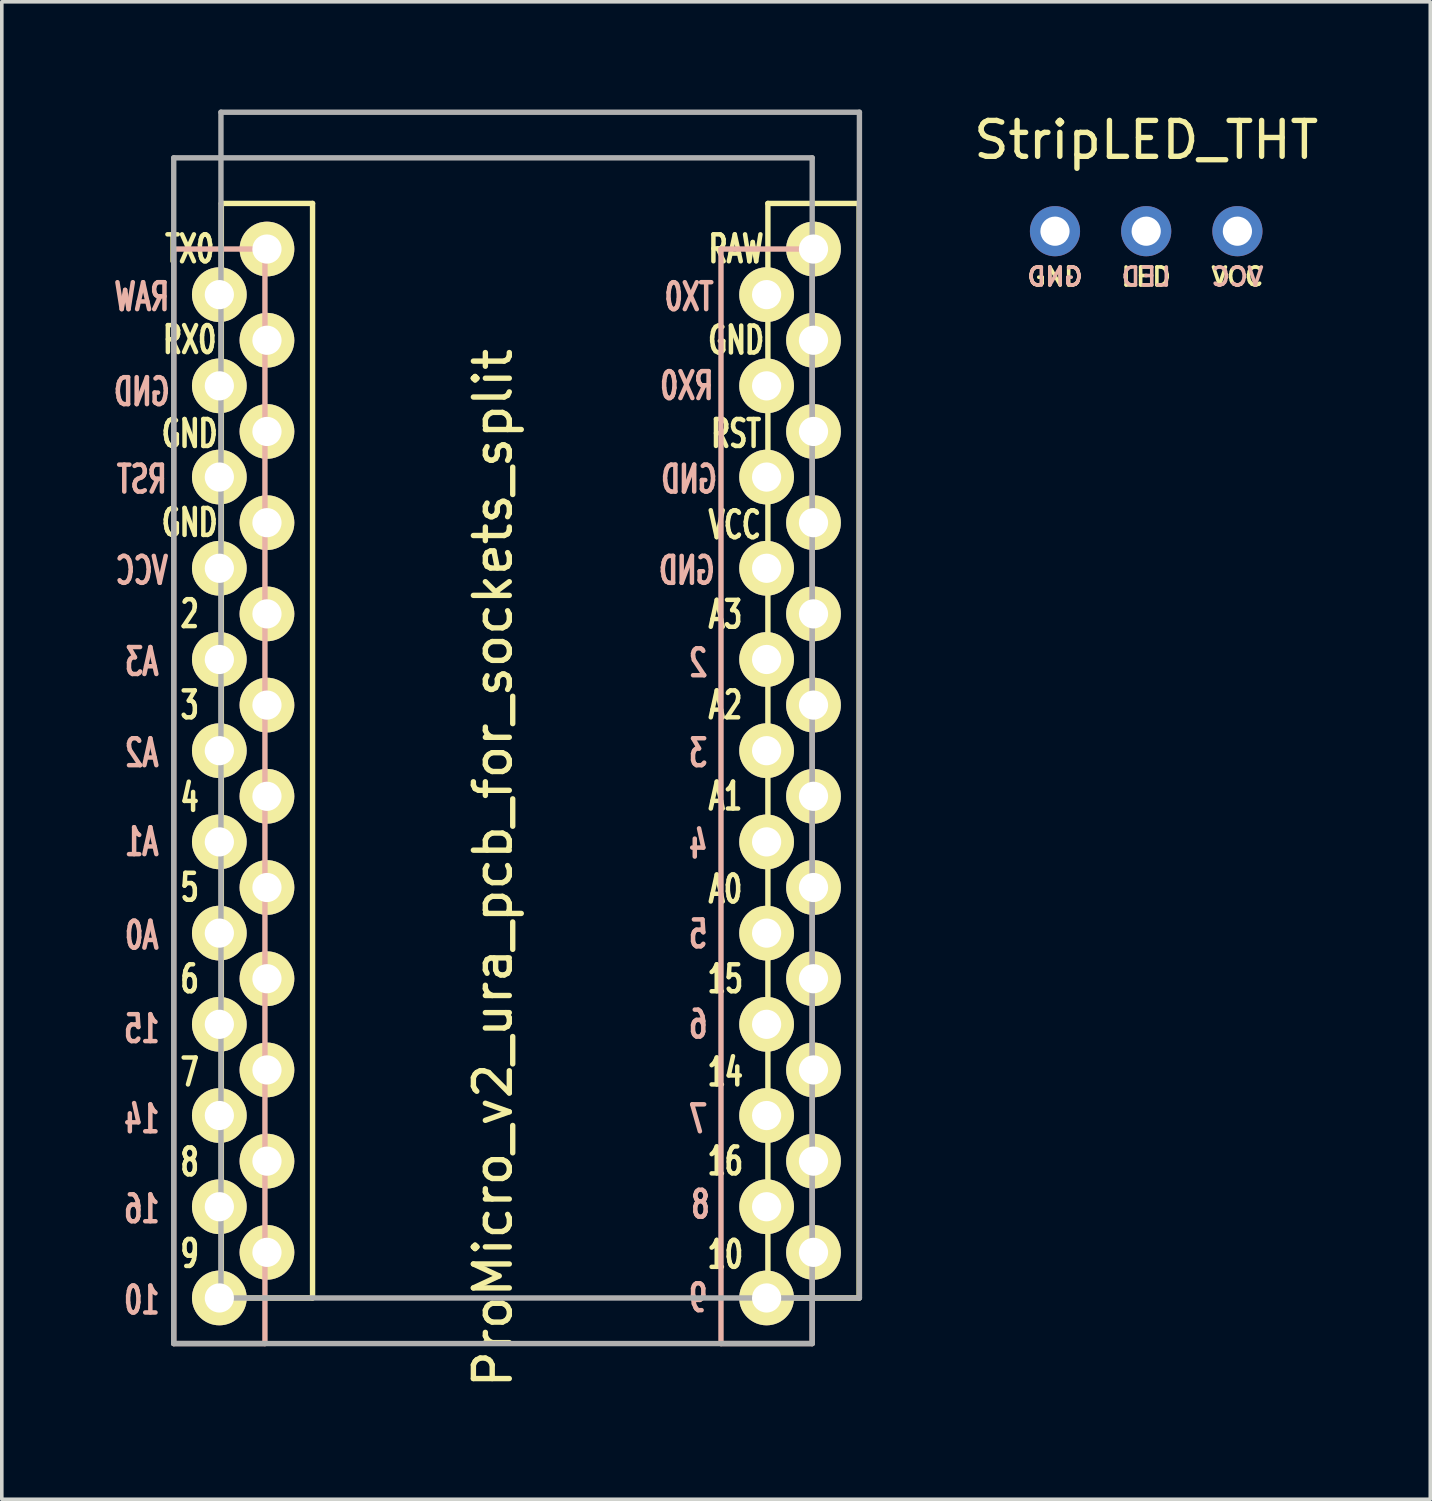
<source format=kicad_pcb>
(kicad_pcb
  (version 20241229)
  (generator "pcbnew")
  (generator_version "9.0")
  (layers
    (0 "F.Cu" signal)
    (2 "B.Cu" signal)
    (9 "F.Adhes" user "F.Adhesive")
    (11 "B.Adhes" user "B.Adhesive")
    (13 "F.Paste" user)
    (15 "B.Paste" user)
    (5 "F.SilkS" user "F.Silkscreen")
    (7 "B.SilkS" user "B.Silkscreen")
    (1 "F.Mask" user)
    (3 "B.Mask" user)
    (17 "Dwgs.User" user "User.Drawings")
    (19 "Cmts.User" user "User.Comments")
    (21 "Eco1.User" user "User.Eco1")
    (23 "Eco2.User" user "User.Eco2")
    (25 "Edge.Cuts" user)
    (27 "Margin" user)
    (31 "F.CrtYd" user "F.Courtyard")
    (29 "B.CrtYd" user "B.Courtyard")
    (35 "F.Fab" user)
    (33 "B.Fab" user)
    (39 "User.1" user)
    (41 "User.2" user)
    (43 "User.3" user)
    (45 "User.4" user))
  (footprint "StripLED_THT"
    (layer "F.Cu")
    (at 28.869 3.388)
    (property "Reference" "StripLED_THT" (at 0 -2.54 0) (layer "F.SilkS") (effects (font (size 1 1) (thickness 0.15))))
    (attr through_hole)
    (fp_text user "LED" (at 0 1.27 0) (layer "F.SilkS") (effects (font (size 0.5 0.5) (thickness 0.1))))
    (fp_text user "VCC" (at 2.54 1.27 0) (layer "F.SilkS") (effects (font (size 0.5 0.5) (thickness 0.1))))
    (fp_text user "GND" (at -2.54 1.27 0) (layer "F.SilkS") (effects (font (size 0.5 0.5) (thickness 0.1))))
    (fp_text user "LED" (at 0 1.27 0) (layer "B.SilkS") (effects (font (size 0.5 0.5) (thickness 0.1)) (justify mirror)))
    (fp_text user "GND" (at -2.54 1.27 0) (layer "B.SilkS") (effects (font (size 0.5 0.5) (thickness 0.1)) (justify mirror)))
    (fp_text user "VCC" (at 2.54 1.27 0) (layer "B.SilkS") (effects (font (size 0.5 0.5) (thickness 0.1)) (justify mirror)))
    (pad "1" thru_hole circle (at -2.54 0 180) (size 1.397 1.397) (drill 0.813) (layers "*.Cu" "*.Mask"))
    (pad "2" thru_hole circle (at 0 0 90) (size 1.397 1.397) (drill 0.813) (layers "*.Cu" "*.Mask"))
    (pad "3" thru_hole circle (at 2.54 0 90) (size 1.397 1.397) (drill 0.813) (layers "*.Cu" "*.Mask")))
  (footprint "ProMicro_v2_ura_pcb_for_sockets_split"
    (layer "F.Cu")
    (at 11.948 18.363)
    (property "Reference" "ProMicro_v2_ura_pcb_for_sockets_split" (at -1.27 2.762 270) (layer "F.SilkS") (effects (font (size 1 1) (thickness 0.15))))
    (attr through_hole)
    (fp_line (start -8.834 -15.748) (end -6.294 -15.748) (stroke (width 0.15) (type solid)) (layer "F.SilkS"))
    (fp_line (start -8.834 14.732) (end -8.834 -15.748) (stroke (width 0.15) (type solid)) (layer "F.SilkS"))
    (fp_line (start -6.294 -15.748) (end -6.294 14.732) (stroke (width 0.15) (type solid)) (layer "F.SilkS"))
    (fp_line (start -6.294 14.732) (end -8.834 14.732) (stroke (width 0.15) (type solid)) (layer "F.SilkS"))
    (fp_line (start 6.386 -15.748) (end 8.926 -15.748) (stroke (width 0.15) (type solid)) (layer "F.SilkS"))
    (fp_line (start 6.386 14.732) (end 6.386 -15.748) (stroke (width 0.15) (type solid)) (layer "F.SilkS"))
    (fp_line (start 8.926 -15.748) (end 8.926 14.732) (stroke (width 0.15) (type solid)) (layer "F.SilkS"))
    (fp_line (start 8.926 14.732) (end 6.386 14.732) (stroke (width 0.15) (type solid)) (layer "F.SilkS"))
    (fp_line (start -10.16 -14.478) (end -7.62 -14.478) (stroke (width 0.15) (type solid)) (layer "B.SilkS"))
    (fp_line (start -10.16 16.002) (end -10.16 -14.478) (stroke (width 0.15) (type solid)) (layer "B.SilkS"))
    (fp_line (start -7.62 -14.478) (end -7.62 16.002) (stroke (width 0.15) (type solid)) (layer "B.SilkS"))
    (fp_line (start -7.62 16.002) (end -10.16 16.002) (stroke (width 0.15) (type solid)) (layer "B.SilkS"))
    (fp_line (start 5.08 -14.478) (end 7.62 -14.478) (stroke (width 0.15) (type solid)) (layer "B.SilkS"))
    (fp_line (start 5.08 16.002) (end 5.08 -14.478) (stroke (width 0.15) (type solid)) (layer "B.SilkS"))
    (fp_line (start 7.62 -14.478) (end 7.62 16.002) (stroke (width 0.15) (type solid)) (layer "B.SilkS"))
    (fp_line (start 7.62 16.002) (end 5.08 16.002) (stroke (width 0.15) (type solid)) (layer "B.SilkS"))
    (fp_line (start -10.16 -17.018) (end 7.62 -17.018) (stroke (width 0.15) (type solid)) (layer "F.Fab"))
    (fp_line (start -10.16 16.002) (end -10.16 -17.018) (stroke (width 0.15) (type solid)) (layer "F.Fab"))
    (fp_line (start -8.845 -18.288) (end 8.935 -18.288) (stroke (width 0.15) (type solid)) (layer "F.Fab"))
    (fp_line (start -8.845 14.732) (end -8.845 -18.288) (stroke (width 0.15) (type solid)) (layer "F.Fab"))
    (fp_line (start 7.62 -17.018) (end 7.62 16.002) (stroke (width 0.15) (type solid)) (layer "F.Fab"))
    (fp_line (start 7.62 16.002) (end -10.16 16.002) (stroke (width 0.15) (type solid)) (layer "F.Fab"))
    (fp_line (start 8.935 -18.288) (end 8.935 14.732) (stroke (width 0.15) (type solid)) (layer "F.Fab"))
    (fp_line (start 8.935 14.732) (end -8.845 14.732) (stroke (width 0.15) (type solid)) (layer "F.Fab"))
    (fp_text user "6" (at -9.716 5.85 0) (layer "F.SilkS") (effects (font (size 0.75 0.5) (thickness 0.125))))
    (fp_text user "16" (at 5.2 10.922 0) (layer "F.SilkS") (effects (font (size 0.75 0.5) (thickness 0.125))))
    (fp_text user "7" (at -9.716 8.445 0) (layer "F.SilkS") (effects (font (size 0.75 0.5) (thickness 0.125))))
    (fp_text user "A0" (at 5.2 3.35 0) (layer "F.SilkS") (effects (font (size 0.75 0.5) (thickness 0.125))))
    (fp_text user "" (at -0.5 -17.25 0) (layer "F.SilkS") (effects (font (size 1 1) (thickness 0.15))))
    (fp_text user "GND" (at -9.716 -9.335 0) (layer "F.SilkS") (effects (font (size 0.75 0.5) (thickness 0.125))))
    (fp_text user "3" (at -9.716 -1.778 0) (layer "F.SilkS") (effects (font (size 0.75 0.5) (thickness 0.125))))
    (fp_text user "A1" (at 5.2 0.762 0) (layer "F.SilkS") (effects (font (size 0.75 0.5) (thickness 0.125))))
    (fp_text user "GND" (at -9.716 -6.858 0) (layer "F.SilkS") (effects (font (size 0.75 0.5) (thickness 0.125))))
    (fp_text user "15" (at 5.2 5.85 0) (layer "F.SilkS") (effects (font (size 0.75 0.5) (thickness 0.125))))
    (fp_text user "GND" (at 5.5 -11.938 0) (layer "F.SilkS") (effects (font (size 0.75 0.5) (thickness 0.125))))
    (fp_text user "5" (at -9.716 3.302 0) (layer "F.SilkS") (effects (font (size 0.75 0.5) (thickness 0.125))))
    (fp_text user "10" (at 5.2 13.525 0) (layer "F.SilkS") (effects (font (size 0.75 0.5) (thickness 0.125))))
    (fp_text user "VCC" (at 5.461 -6.795 0) (layer "F.SilkS") (effects (font (size 0.75 0.5) (thickness 0.125))))
    (fp_text user "TX0" (at -9.716 -14.478 0) (layer "F.SilkS") (effects (font (size 0.75 0.5) (thickness 0.125))))
    (fp_text user "RAW" (at 5.5 -14.478 0) (layer "F.SilkS") (effects (font (size 0.75 0.5) (thickness 0.125))))
    (fp_text user "A3" (at 5.2 -4.3 0) (layer "F.SilkS") (effects (font (size 0.75 0.5) (thickness 0.125))))
    (fp_text user "A2" (at 5.2 -1.778 0) (layer "F.SilkS") (effects (font (size 0.75 0.5) (thickness 0.125))))
    (fp_text user "9" (at -9.716 13.5 0) (layer "F.SilkS") (effects (font (size 0.75 0.5) (thickness 0.125))))
    (fp_text user "RX0" (at -9.716 -11.95 0) (layer "F.SilkS") (effects (font (size 0.75 0.5) (thickness 0.125))))
    (fp_text user "2" (at -9.716 -4.318 0) (layer "F.SilkS") (effects (font (size 0.75 0.5) (thickness 0.125))))
    (fp_text user "8" (at -9.716 10.95 0) (layer "F.SilkS") (effects (font (size 0.75 0.5) (thickness 0.125))))
    (fp_text user "4" (at -9.716 0.8 0) (layer "F.SilkS") (effects (font (size 0.75 0.5) (thickness 0.125))))
    (fp_text user "14" (at 5.2 8.445 0) (layer "F.SilkS") (effects (font (size 0.75 0.5) (thickness 0.125))))
    (fp_text user "RST" (at 5.5 -9.335 0) (layer "F.SilkS") (effects (font (size 0.75 0.5) (thickness 0.125))))
    (fp_text user "RST" (at -11.049 -8.065 0) (layer "B.SilkS") (effects (font (size 0.75 0.5) (thickness 0.125)) (justify mirror)))
    (fp_text user "GND" (at -11.049 -10.5 0) (layer "B.SilkS") (effects (font (size 0.75 0.5) (thickness 0.125)) (justify mirror)))
    (fp_text user "8" (at 4.508 12.129 0) (layer "B.SilkS") (effects (font (size 0.75 0.5) (thickness 0.125)) (justify mirror)))
    (fp_text user "6" (at 4.445 7.112 0) (layer "B.SilkS") (effects (font (size 0.75 0.5) (thickness 0.125)) (justify mirror)))
    (fp_text user "A1" (at -11.049 2.032 0) (layer "B.SilkS") (effects (font (size 0.75 0.5) (thickness 0.125)) (justify mirror)))
    (fp_text user "10" (at -11.049 14.796 0) (layer "B.SilkS") (effects (font (size 0.75 0.5) (thickness 0.125)) (justify mirror)))
    (fp_text user "15" (at -11.049 7.239 0) (layer "B.SilkS") (effects (font (size 0.75 0.5) (thickness 0.125)) (justify mirror)))
    (fp_text user "A3" (at -11.049 -2.985 0) (layer "B.SilkS") (effects (font (size 0.75 0.5) (thickness 0.125)) (justify mirror)))
    (fp_text user "2" (at 4.445 -2.95 0) (layer "B.SilkS") (effects (font (size 0.75 0.5) (thickness 0.125)) (justify mirror)))
    (fp_text user "TX0" (at 4.191 -13.145 0) (layer "B.SilkS") (effects (font (size 0.75 0.5) (thickness 0.125)) (justify mirror)))
    (fp_text user "5" (at 4.445 4.6 0) (layer "B.SilkS") (effects (font (size 0.75 0.5) (thickness 0.125)) (justify mirror)))
    (fp_text user "4" (at 4.445 2.1 0) (layer "B.SilkS") (effects (font (size 0.75 0.5) (thickness 0.125)) (justify mirror)))
    (fp_text user "A0" (at -11.049 4.636 0) (layer "B.SilkS") (effects (font (size 0.75 0.5) (thickness 0.125)) (justify mirror)))
    (fp_text user "GND" (at 4.191 -8.065 0) (layer "B.SilkS") (effects (font (size 0.75 0.5) (thickness 0.125)) (justify mirror)))
    (fp_text user "VCC" (at -11.049 -5.524 0) (layer "B.SilkS") (effects (font (size 0.75 0.5) (thickness 0.125)) (justify mirror)))
    (fp_text user "RAW" (at -11.049 -13.145 0) (layer "B.SilkS") (effects (font (size 0.75 0.5) (thickness 0.125)) (justify mirror)))
    (fp_text user "16" (at -11.049 12.255 0) (layer "B.SilkS") (effects (font (size 0.75 0.5) (thickness 0.125)) (justify mirror)))
    (fp_text user "14" (at -11.049 9.75 0) (layer "B.SilkS") (effects (font (size 0.75 0.5) (thickness 0.125)) (justify mirror)))
    (fp_text user "GND" (at 4.128 -5.524 0) (layer "B.SilkS") (effects (font (size 0.75 0.5) (thickness 0.125)) (justify mirror)))
    (fp_text user "9" (at 4.445 14.732 0) (layer "B.SilkS") (effects (font (size 0.75 0.5) (thickness 0.125)) (justify mirror)))
    (fp_text user "RX0" (at 4.128 -10.668 0) (layer "B.SilkS") (effects (font (size 0.75 0.5) (thickness 0.125)) (justify mirror)))
    (fp_text user "3" (at 4.445 -0.445 0) (layer "B.SilkS") (effects (font (size 0.75 0.5) (thickness 0.125)) (justify mirror)))
    (fp_text user "A2" (at -11.049 -0.445 0) (layer "B.SilkS") (effects (font (size 0.75 0.5) (thickness 0.125)) (justify mirror)))
    (fp_text user "" (at -1.206 -16.256 0) (layer "B.SilkS") (effects (font (size 1 1) (thickness 0.15)) (justify mirror)))
    (fp_text user "7" (at 4.445 9.75 0) (layer "B.SilkS") (effects (font (size 0.75 0.5) (thickness 0.125)) (justify mirror)))
    (pad "1" thru_hole circle (at -7.564 -14.478) (size 1.524 1.524) (drill 0.813) (layers "*.Cu" "*.Mask" "F.SilkS"))
    (pad "1" thru_hole circle (at 6.35 -13.208) (size 1.524 1.524) (drill 0.813) (layers "*.Cu" "*.Mask" "F.SilkS"))
    (pad "2" thru_hole circle (at -7.564 -11.938) (size 1.524 1.524) (drill 0.813) (layers "*.Cu" "*.Mask" "F.SilkS"))
    (pad "2" thru_hole circle (at 6.35 -10.668) (size 1.524 1.524) (drill 0.813) (layers "*.Cu" "*.Mask" "F.SilkS"))
    (pad "3" thru_hole circle (at -7.564 -9.398) (size 1.524 1.524) (drill 0.813) (layers "*.Cu" "*.Mask" "F.SilkS"))
    (pad "3" thru_hole circle (at 6.35 -8.128) (size 1.524 1.524) (drill 0.813) (layers "*.Cu" "*.Mask" "F.SilkS"))
    (pad "4" thru_hole circle (at -7.564 -6.858) (size 1.524 1.524) (drill 0.813) (layers "*.Cu" "*.Mask" "F.SilkS"))
    (pad "4" thru_hole circle (at 6.35 -5.588) (size 1.524 1.524) (drill 0.813) (layers "*.Cu" "*.Mask" "F.SilkS"))
    (pad "5" thru_hole circle (at -7.564 -4.318) (size 1.524 1.524) (drill 0.813) (layers "*.Cu" "*.Mask" "F.SilkS"))
    (pad "5" thru_hole circle (at 6.35 -3.048) (size 1.524 1.524) (drill 0.813) (layers "*.Cu" "*.Mask" "F.SilkS"))
    (pad "6" thru_hole circle (at -7.564 -1.778) (size 1.524 1.524) (drill 0.813) (layers "*.Cu" "*.Mask" "F.SilkS"))
    (pad "6" thru_hole circle (at 6.35 -0.508) (size 1.524 1.524) (drill 0.813) (layers "*.Cu" "*.Mask" "F.SilkS"))
    (pad "7" thru_hole circle (at -7.564 0.762) (size 1.524 1.524) (drill 0.813) (layers "*.Cu" "*.Mask" "F.SilkS"))
    (pad "7" thru_hole circle (at 6.35 2.032) (size 1.524 1.524) (drill 0.813) (layers "*.Cu" "*.Mask" "F.SilkS"))
    (pad "8" thru_hole circle (at -7.564 3.302) (size 1.524 1.524) (drill 0.813) (layers "*.Cu" "*.Mask" "F.SilkS"))
    (pad "8" thru_hole circle (at 6.35 4.572) (size 1.524 1.524) (drill 0.813) (layers "*.Cu" "*.Mask" "F.SilkS"))
    (pad "9" thru_hole circle (at -7.564 5.842) (size 1.524 1.524) (drill 0.813) (layers "*.Cu" "*.Mask" "F.SilkS"))
    (pad "9" thru_hole circle (at 6.35 7.112) (size 1.524 1.524) (drill 0.813) (layers "*.Cu" "*.Mask" "F.SilkS"))
    (pad "10" thru_hole circle (at -7.564 8.382) (size 1.524 1.524) (drill 0.813) (layers "*.Cu" "*.Mask" "F.SilkS"))
    (pad "10" thru_hole circle (at 6.35 9.652) (size 1.524 1.524) (drill 0.813) (layers "*.Cu" "*.Mask" "F.SilkS"))
    (pad "11" thru_hole circle (at -7.564 10.922) (size 1.524 1.524) (drill 0.813) (layers "*.Cu" "*.Mask" "F.SilkS"))
    (pad "11" thru_hole circle (at 6.35 12.192 90) (size 1.524 1.524) (drill 0.813) (layers "*.Cu" "*.Mask" "F.SilkS"))
    (pad "12" thru_hole circle (at -7.564 13.462) (size 1.524 1.524) (drill 0.813) (layers "*.Cu" "*.Mask" "F.SilkS"))
    (pad "12" thru_hole circle (at 6.35 14.732) (size 1.524 1.524) (drill 0.813) (layers "*.Cu" "*.Mask" "F.SilkS"))
    (pad "13" thru_hole circle (at -8.89 14.732) (size 1.524 1.524) (drill 0.813) (layers "*.Cu" "*.Mask" "F.SilkS"))
    (pad "13" thru_hole circle (at 7.656 13.462) (size 1.524 1.524) (drill 0.813) (layers "*.Cu" "*.Mask" "F.SilkS"))
    (pad "14" thru_hole circle (at -8.89 12.192) (size 1.524 1.524) (drill 0.813) (layers "*.Cu" "*.Mask" "F.SilkS"))
    (pad "14" thru_hole circle (at 7.656 10.922) (size 1.524 1.524) (drill 0.813) (layers "*.Cu" "*.Mask" "F.SilkS"))
    (pad "15" thru_hole circle (at -8.89 9.652) (size 1.524 1.524) (drill 0.813) (layers "*.Cu" "*.Mask" "F.SilkS"))
    (pad "15" thru_hole circle (at 7.656 8.382) (size 1.524 1.524) (drill 0.813) (layers "*.Cu" "*.Mask" "F.SilkS"))
    (pad "16" thru_hole circle (at -8.89 7.112) (size 1.524 1.524) (drill 0.813) (layers "*.Cu" "*.Mask" "F.SilkS"))
    (pad "16" thru_hole circle (at 7.656 5.842) (size 1.524 1.524) (drill 0.813) (layers "*.Cu" "*.Mask" "F.SilkS"))
    (pad "17" thru_hole circle (at -8.89 4.572) (size 1.524 1.524) (drill 0.813) (layers "*.Cu" "*.Mask" "F.SilkS"))
    (pad "17" thru_hole circle (at 7.656 3.302) (size 1.524 1.524) (drill 0.813) (layers "*.Cu" "*.Mask" "F.SilkS"))
    (pad "18" thru_hole circle (at -8.89 2.032) (size 1.524 1.524) (drill 0.813) (layers "*.Cu" "*.Mask" "F.SilkS"))
    (pad "18" thru_hole circle (at 7.656 0.762) (size 1.524 1.524) (drill 0.813) (layers "*.Cu" "*.Mask" "F.SilkS"))
    (pad "19" thru_hole circle (at -8.89 -0.508) (size 1.524 1.524) (drill 0.813) (layers "*.Cu" "*.Mask" "F.SilkS"))
    (pad "19" thru_hole circle (at 7.656 -1.778) (size 1.524 1.524) (drill 0.813) (layers "*.Cu" "*.Mask" "F.SilkS"))
    (pad "20" thru_hole circle (at -8.89 -3.048) (size 1.524 1.524) (drill 0.813) (layers "*.Cu" "*.Mask" "F.SilkS"))
    (pad "20" thru_hole circle (at 7.656 -4.318) (size 1.524 1.524) (drill 0.813) (layers "*.Cu" "*.Mask" "F.SilkS"))
    (pad "21" thru_hole circle (at -8.89 -5.588) (size 1.524 1.524) (drill 0.813) (layers "*.Cu" "*.Mask" "F.SilkS"))
    (pad "21" thru_hole circle (at 7.656 -6.858) (size 1.524 1.524) (drill 0.813) (layers "*.Cu" "*.Mask" "F.SilkS"))
    (pad "22" thru_hole circle (at -8.89 -8.128) (size 1.524 1.524) (drill 0.813) (layers "*.Cu" "*.Mask" "F.SilkS"))
    (pad "22" thru_hole circle (at 7.656 -9.398) (size 1.524 1.524) (drill 0.813) (layers "*.Cu" "*.Mask" "F.SilkS"))
    (pad "23" thru_hole circle (at -8.89 -10.668) (size 1.524 1.524) (drill 0.813) (layers "*.Cu" "*.Mask" "F.SilkS"))
    (pad "23" thru_hole circle (at 7.656 -11.938) (size 1.524 1.524) (drill 0.813) (layers "*.Cu" "*.Mask" "F.SilkS"))
    (pad "24" thru_hole circle (at -8.89 -13.208) (size 1.524 1.524) (drill 0.813) (layers "*.Cu" "*.Mask" "F.SilkS"))
    (pad "24" thru_hole circle (at 7.656 -14.478) (size 1.524 1.524) (drill 0.813) (layers "*.Cu" "*.Mask" "F.SilkS")))
  (gr_rect
    (start -3 -3)
    (end 36.78 38.702)
    (stroke (width 0.1) (type default))
    (fill no)
    (layer "Edge.Cuts")))
</source>
